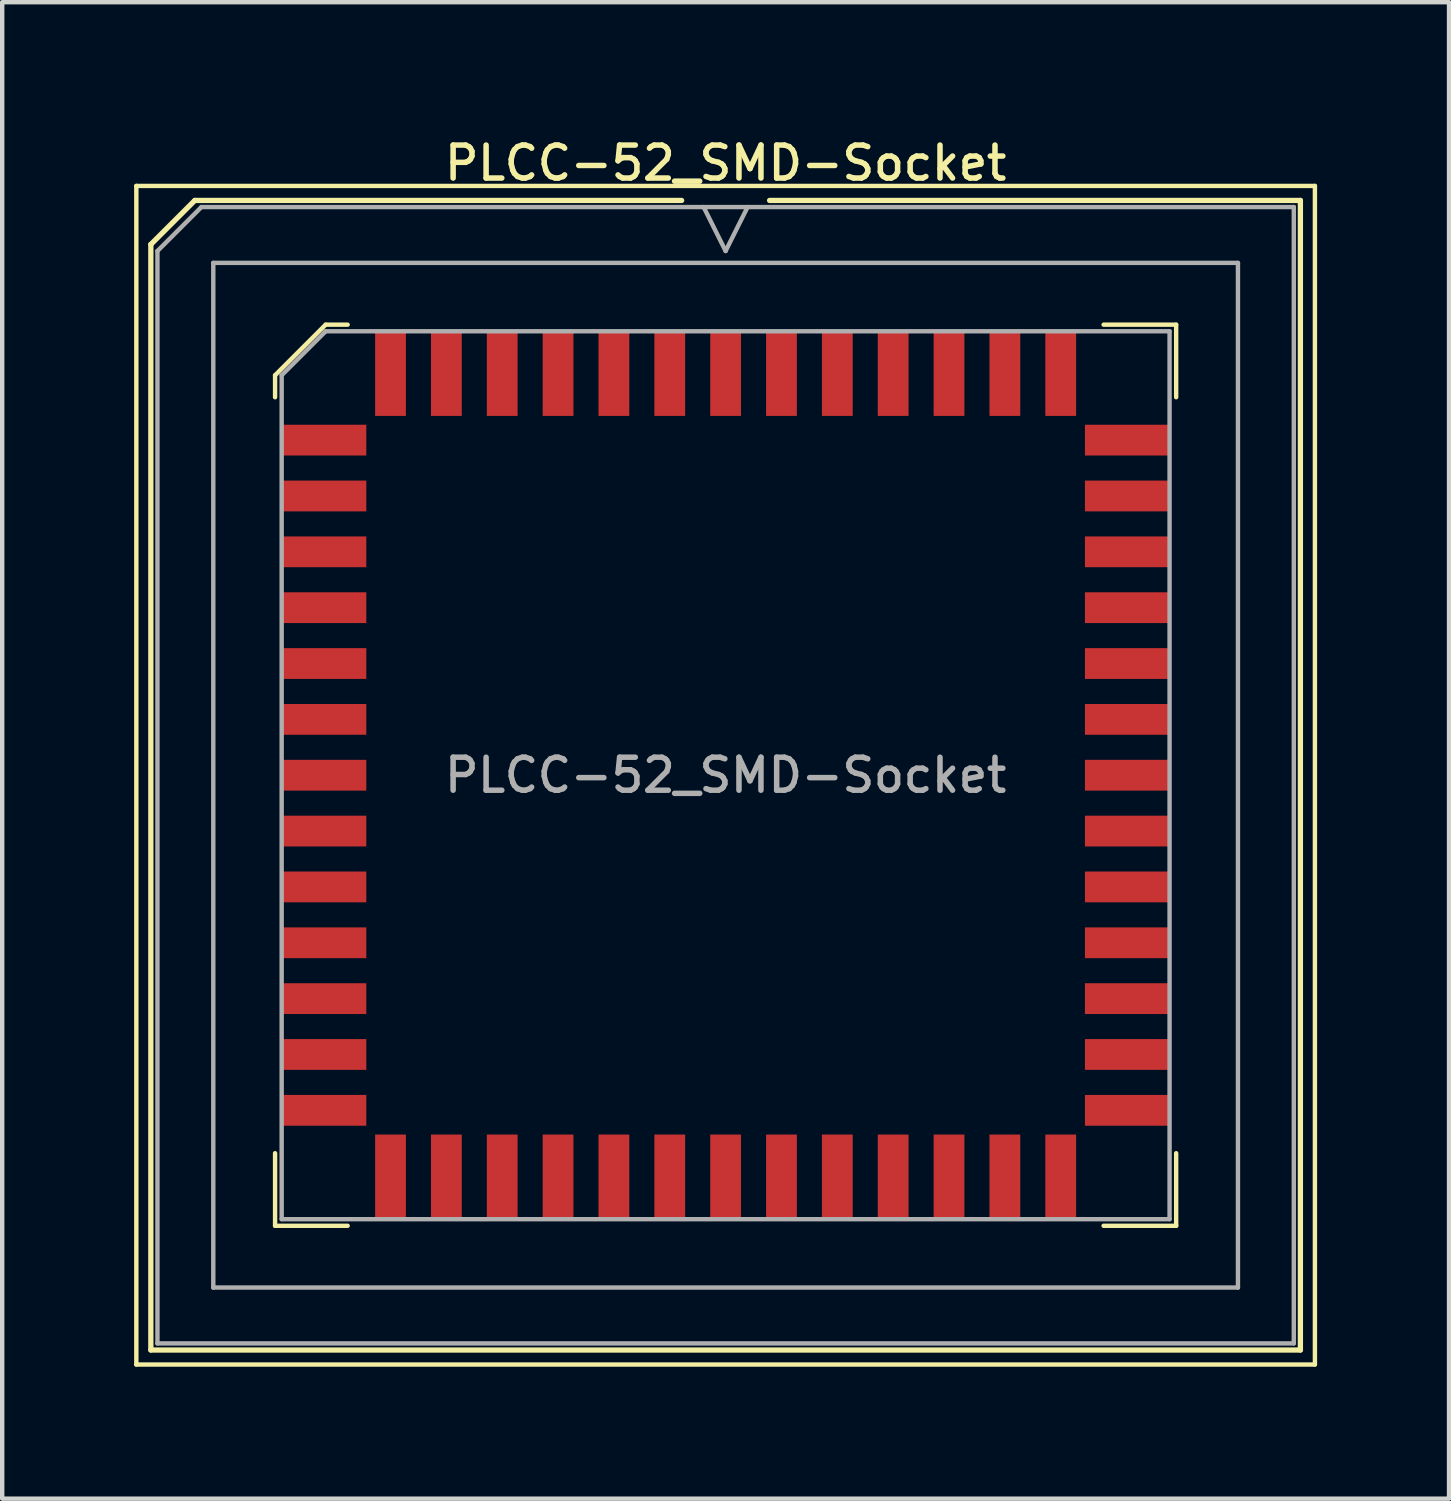
<source format=kicad_pcb>
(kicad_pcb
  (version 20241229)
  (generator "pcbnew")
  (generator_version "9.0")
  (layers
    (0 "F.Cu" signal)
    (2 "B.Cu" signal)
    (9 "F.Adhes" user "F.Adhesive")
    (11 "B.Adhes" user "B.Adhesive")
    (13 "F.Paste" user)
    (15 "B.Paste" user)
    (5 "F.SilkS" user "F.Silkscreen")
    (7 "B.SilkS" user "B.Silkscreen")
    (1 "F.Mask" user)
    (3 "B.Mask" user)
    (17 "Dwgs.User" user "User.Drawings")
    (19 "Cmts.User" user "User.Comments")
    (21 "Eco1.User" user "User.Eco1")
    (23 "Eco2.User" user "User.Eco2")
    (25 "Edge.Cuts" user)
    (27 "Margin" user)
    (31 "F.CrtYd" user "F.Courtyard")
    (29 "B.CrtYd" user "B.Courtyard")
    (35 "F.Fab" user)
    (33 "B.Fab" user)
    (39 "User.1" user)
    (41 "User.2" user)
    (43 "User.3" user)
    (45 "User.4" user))
  (footprint "PLCC-52_SMD-Socket"
    (layer "F.Cu")
    (at 13.45 14.578)
    (property "Reference" "PLCC-52_SMD-Socket" (at 0 -13.92 0) (layer "F.SilkS") (effects (font (size 0.75 0.75) (thickness 0.125))))
    (attr smd)
    (fp_line (start -13.4 -13.4) (end -13.4 13.4) (stroke (width 0.1) (type solid)) (layer "F.SilkS"))
    (fp_line (start -13.4 13.4) (end 13.4 13.4) (stroke (width 0.1) (type solid)) (layer "F.SilkS"))
    (fp_line (start -13.07 -12.07) (end -13.07 13.07) (stroke (width 0.12) (type solid)) (layer "F.SilkS"))
    (fp_line (start -13.07 13.07) (end 13.07 13.07) (stroke (width 0.12) (type solid)) (layer "F.SilkS"))
    (fp_line (start -12.07 -13.07) (end -13.07 -12.07) (stroke (width 0.12) (type solid)) (layer "F.SilkS"))
    (fp_line (start -10.245 -9.095) (end -10.245 -8.595) (stroke (width 0.1) (type solid)) (layer "F.SilkS"))
    (fp_line (start -10.245 10.245) (end -10.245 8.595) (stroke (width 0.1) (type solid)) (layer "F.SilkS"))
    (fp_line (start -9.095 -10.245) (end -10.245 -9.095) (stroke (width 0.1) (type solid)) (layer "F.SilkS"))
    (fp_line (start -8.595 -10.245) (end -9.095 -10.245) (stroke (width 0.1) (type solid)) (layer "F.SilkS"))
    (fp_line (start -8.595 10.245) (end -10.245 10.245) (stroke (width 0.1) (type solid)) (layer "F.SilkS"))
    (fp_line (start -1 -13.07) (end -12.07 -13.07) (stroke (width 0.12) (type solid)) (layer "F.SilkS"))
    (fp_line (start 8.595 -10.245) (end 10.245 -10.245) (stroke (width 0.1) (type solid)) (layer "F.SilkS"))
    (fp_line (start 8.595 10.245) (end 10.245 10.245) (stroke (width 0.1) (type solid)) (layer "F.SilkS"))
    (fp_line (start 10.245 -10.245) (end 10.245 -8.595) (stroke (width 0.1) (type solid)) (layer "F.SilkS"))
    (fp_line (start 10.245 10.245) (end 10.245 8.595) (stroke (width 0.1) (type solid)) (layer "F.SilkS"))
    (fp_line (start 13.07 -13.07) (end 1 -13.07) (stroke (width 0.12) (type solid)) (layer "F.SilkS"))
    (fp_line (start 13.07 13.07) (end 13.07 -13.07) (stroke (width 0.12) (type solid)) (layer "F.SilkS"))
    (fp_line (start 13.4 -13.4) (end -13.4 -13.4) (stroke (width 0.1) (type solid)) (layer "F.SilkS"))
    (fp_line (start 13.4 13.4) (end 13.4 -13.4) (stroke (width 0.1) (type solid)) (layer "F.SilkS"))
    (fp_line (start -12.92 -11.92) (end -12.92 12.92) (stroke (width 0.1) (type solid)) (layer "F.Fab"))
    (fp_line (start -12.92 12.92) (end 12.92 12.92) (stroke (width 0.1) (type solid)) (layer "F.Fab"))
    (fp_line (start -11.92 -12.92) (end -12.92 -11.92) (stroke (width 0.1) (type solid)) (layer "F.Fab"))
    (fp_line (start -11.65 -11.65) (end -11.65 11.65) (stroke (width 0.1) (type solid)) (layer "F.Fab"))
    (fp_line (start -11.65 11.65) (end 11.65 11.65) (stroke (width 0.1) (type solid)) (layer "F.Fab"))
    (fp_line (start -10.095 -9.095) (end -10.095 10.095) (stroke (width 0.1) (type solid)) (layer "F.Fab"))
    (fp_line (start -10.095 10.095) (end 10.095 10.095) (stroke (width 0.1) (type solid)) (layer "F.Fab"))
    (fp_line (start -9.095 -10.095) (end -10.095 -9.095) (stroke (width 0.1) (type solid)) (layer "F.Fab"))
    (fp_line (start -0.5 -12.92) (end 0 -11.92) (stroke (width 0.1) (type solid)) (layer "F.Fab"))
    (fp_line (start 0 -11.92) (end 0.5 -12.92) (stroke (width 0.1) (type solid)) (layer "F.Fab"))
    (fp_line (start 10.095 -10.095) (end -9.095 -10.095) (stroke (width 0.1) (type solid)) (layer "F.Fab"))
    (fp_line (start 10.095 10.095) (end 10.095 -10.095) (stroke (width 0.1) (type solid)) (layer "F.Fab"))
    (fp_line (start 11.65 -11.65) (end -11.65 -11.65) (stroke (width 0.1) (type solid)) (layer "F.Fab"))
    (fp_line (start 11.65 11.65) (end 11.65 -11.65) (stroke (width 0.1) (type solid)) (layer "F.Fab"))
    (fp_line (start 12.92 -12.92) (end -11.92 -12.92) (stroke (width 0.1) (type solid)) (layer "F.Fab"))
    (fp_line (start 12.92 12.92) (end 12.92 -12.92) (stroke (width 0.1) (type solid)) (layer "F.Fab"))
    (fp_text user "${REFERENCE}" (at 0 0 0) (layer "F.Fab") (effects (font (size 0.75 0.75) (thickness 0.125))))
    (pad "1" smd rect (at 0 -9.133) (size 0.7 1.925) (layers "F.Cu" "F.Mask" "F.Paste"))
    (pad "2" smd rect (at -1.27 -9.133) (size 0.7 1.925) (layers "F.Cu" "F.Mask" "F.Paste"))
    (pad "3" smd rect (at -2.54 -9.133) (size 0.7 1.925) (layers "F.Cu" "F.Mask" "F.Paste"))
    (pad "4" smd rect (at -3.81 -9.133) (size 0.7 1.925) (layers "F.Cu" "F.Mask" "F.Paste"))
    (pad "5" smd rect (at -5.08 -9.133) (size 0.7 1.925) (layers "F.Cu" "F.Mask" "F.Paste"))
    (pad "6" smd rect (at -6.35 -9.133) (size 0.7 1.925) (layers "F.Cu" "F.Mask" "F.Paste"))
    (pad "7" smd rect (at -7.62 -9.133) (size 0.7 1.925) (layers "F.Cu" "F.Mask" "F.Paste"))
    (pad "8" smd rect (at -9.133 -7.62) (size 1.925 0.7) (layers "F.Cu" "F.Mask" "F.Paste"))
    (pad "9" smd rect (at -9.133 -6.35) (size 1.925 0.7) (layers "F.Cu" "F.Mask" "F.Paste"))
    (pad "10" smd rect (at -9.133 -5.08) (size 1.925 0.7) (layers "F.Cu" "F.Mask" "F.Paste"))
    (pad "11" smd rect (at -9.133 -3.81) (size 1.925 0.7) (layers "F.Cu" "F.Mask" "F.Paste"))
    (pad "12" smd rect (at -9.133 -2.54) (size 1.925 0.7) (layers "F.Cu" "F.Mask" "F.Paste"))
    (pad "13" smd rect (at -9.133 -1.27) (size 1.925 0.7) (layers "F.Cu" "F.Mask" "F.Paste"))
    (pad "14" smd rect (at -9.133 0) (size 1.925 0.7) (layers "F.Cu" "F.Mask" "F.Paste"))
    (pad "15" smd rect (at -9.133 1.27) (size 1.925 0.7) (layers "F.Cu" "F.Mask" "F.Paste"))
    (pad "16" smd rect (at -9.133 2.54) (size 1.925 0.7) (layers "F.Cu" "F.Mask" "F.Paste"))
    (pad "17" smd rect (at -9.133 3.81) (size 1.925 0.7) (layers "F.Cu" "F.Mask" "F.Paste"))
    (pad "18" smd rect (at -9.133 5.08) (size 1.925 0.7) (layers "F.Cu" "F.Mask" "F.Paste"))
    (pad "19" smd rect (at -9.133 6.35) (size 1.925 0.7) (layers "F.Cu" "F.Mask" "F.Paste"))
    (pad "20" smd rect (at -9.133 7.62) (size 1.925 0.7) (layers "F.Cu" "F.Mask" "F.Paste"))
    (pad "21" smd rect (at -7.62 9.133) (size 0.7 1.925) (layers "F.Cu" "F.Mask" "F.Paste"))
    (pad "22" smd rect (at -6.35 9.133) (size 0.7 1.925) (layers "F.Cu" "F.Mask" "F.Paste"))
    (pad "23" smd rect (at -5.08 9.133) (size 0.7 1.925) (layers "F.Cu" "F.Mask" "F.Paste"))
    (pad "24" smd rect (at -3.81 9.133) (size 0.7 1.925) (layers "F.Cu" "F.Mask" "F.Paste"))
    (pad "25" smd rect (at -2.54 9.133) (size 0.7 1.925) (layers "F.Cu" "F.Mask" "F.Paste"))
    (pad "26" smd rect (at -1.27 9.133) (size 0.7 1.925) (layers "F.Cu" "F.Mask" "F.Paste"))
    (pad "27" smd rect (at 0 9.133) (size 0.7 1.925) (layers "F.Cu" "F.Mask" "F.Paste"))
    (pad "28" smd rect (at 1.27 9.133) (size 0.7 1.925) (layers "F.Cu" "F.Mask" "F.Paste"))
    (pad "29" smd rect (at 2.54 9.133) (size 0.7 1.925) (layers "F.Cu" "F.Mask" "F.Paste"))
    (pad "30" smd rect (at 3.81 9.133) (size 0.7 1.925) (layers "F.Cu" "F.Mask" "F.Paste"))
    (pad "31" smd rect (at 5.08 9.133) (size 0.7 1.925) (layers "F.Cu" "F.Mask" "F.Paste"))
    (pad "32" smd rect (at 6.35 9.133) (size 0.7 1.925) (layers "F.Cu" "F.Mask" "F.Paste"))
    (pad "33" smd rect (at 7.62 9.133) (size 0.7 1.925) (layers "F.Cu" "F.Mask" "F.Paste"))
    (pad "34" smd rect (at 9.133 7.62) (size 1.925 0.7) (layers "F.Cu" "F.Mask" "F.Paste"))
    (pad "35" smd rect (at 9.133 6.35) (size 1.925 0.7) (layers "F.Cu" "F.Mask" "F.Paste"))
    (pad "36" smd rect (at 9.133 5.08) (size 1.925 0.7) (layers "F.Cu" "F.Mask" "F.Paste"))
    (pad "37" smd rect (at 9.133 3.81) (size 1.925 0.7) (layers "F.Cu" "F.Mask" "F.Paste"))
    (pad "38" smd rect (at 9.133 2.54) (size 1.925 0.7) (layers "F.Cu" "F.Mask" "F.Paste"))
    (pad "39" smd rect (at 9.133 1.27) (size 1.925 0.7) (layers "F.Cu" "F.Mask" "F.Paste"))
    (pad "40" smd rect (at 9.133 0) (size 1.925 0.7) (layers "F.Cu" "F.Mask" "F.Paste"))
    (pad "41" smd rect (at 9.133 -1.27) (size 1.925 0.7) (layers "F.Cu" "F.Mask" "F.Paste"))
    (pad "42" smd rect (at 9.133 -2.54) (size 1.925 0.7) (layers "F.Cu" "F.Mask" "F.Paste"))
    (pad "43" smd rect (at 9.133 -3.81) (size 1.925 0.7) (layers "F.Cu" "F.Mask" "F.Paste"))
    (pad "44" smd rect (at 9.133 -5.08) (size 1.925 0.7) (layers "F.Cu" "F.Mask" "F.Paste"))
    (pad "45" smd rect (at 9.133 -6.35) (size 1.925 0.7) (layers "F.Cu" "F.Mask" "F.Paste"))
    (pad "46" smd rect (at 9.133 -7.62) (size 1.925 0.7) (layers "F.Cu" "F.Mask" "F.Paste"))
    (pad "47" smd rect (at 7.62 -9.133) (size 0.7 1.925) (layers "F.Cu" "F.Mask" "F.Paste"))
    (pad "48" smd rect (at 6.35 -9.133) (size 0.7 1.925) (layers "F.Cu" "F.Mask" "F.Paste"))
    (pad "49" smd rect (at 5.08 -9.133) (size 0.7 1.925) (layers "F.Cu" "F.Mask" "F.Paste"))
    (pad "50" smd rect (at 3.81 -9.133) (size 0.7 1.925) (layers "F.Cu" "F.Mask" "F.Paste"))
    (pad "51" smd rect (at 2.54 -9.133) (size 0.7 1.925) (layers "F.Cu" "F.Mask" "F.Paste"))
    (pad "52" smd rect (at 1.27 -9.133) (size 0.7 1.925) (layers "F.Cu" "F.Mask" "F.Paste")))
  (gr_rect
    (start -3 -3)
    (end 29.9 31.028)
    (stroke (width 0.1) (type default))
    (fill no)
    (layer "Edge.Cuts")))
</source>
